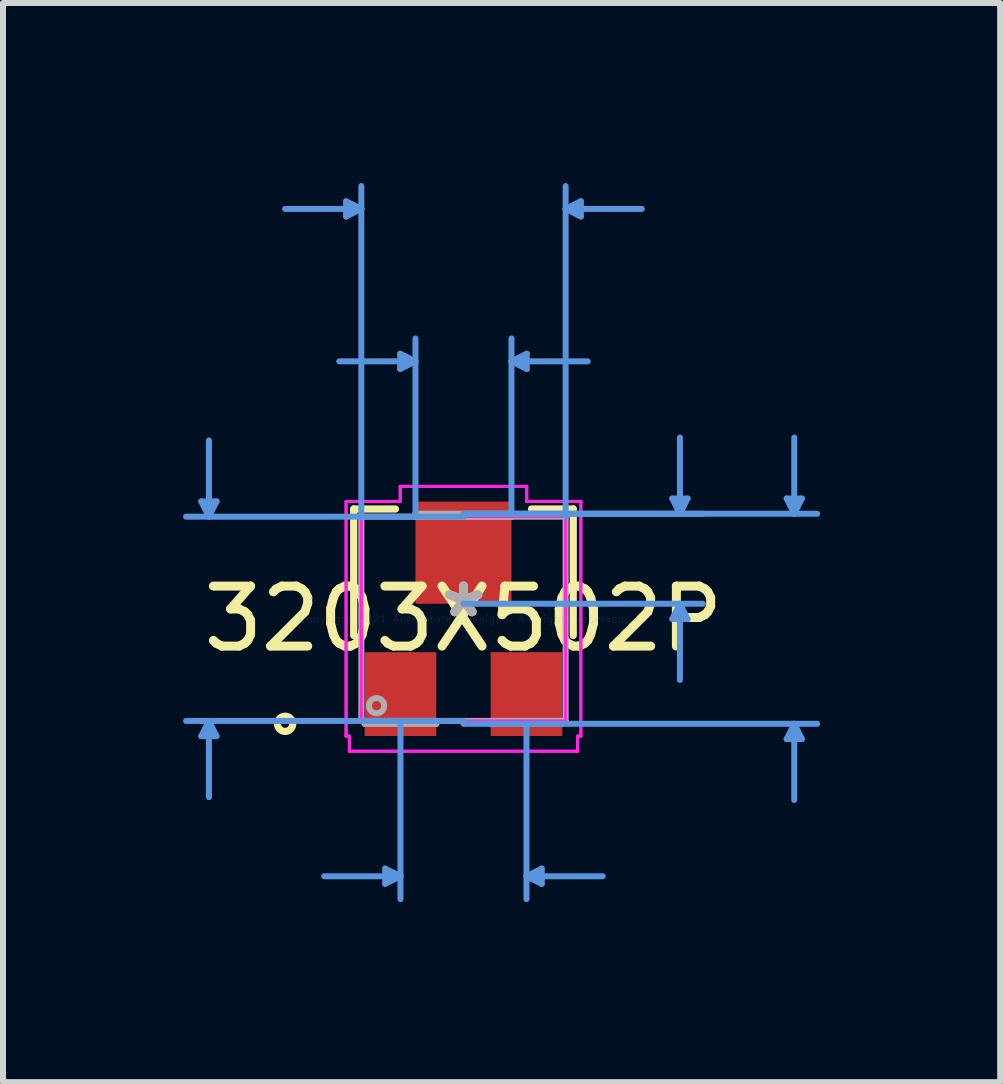
<source format=kicad_pcb>
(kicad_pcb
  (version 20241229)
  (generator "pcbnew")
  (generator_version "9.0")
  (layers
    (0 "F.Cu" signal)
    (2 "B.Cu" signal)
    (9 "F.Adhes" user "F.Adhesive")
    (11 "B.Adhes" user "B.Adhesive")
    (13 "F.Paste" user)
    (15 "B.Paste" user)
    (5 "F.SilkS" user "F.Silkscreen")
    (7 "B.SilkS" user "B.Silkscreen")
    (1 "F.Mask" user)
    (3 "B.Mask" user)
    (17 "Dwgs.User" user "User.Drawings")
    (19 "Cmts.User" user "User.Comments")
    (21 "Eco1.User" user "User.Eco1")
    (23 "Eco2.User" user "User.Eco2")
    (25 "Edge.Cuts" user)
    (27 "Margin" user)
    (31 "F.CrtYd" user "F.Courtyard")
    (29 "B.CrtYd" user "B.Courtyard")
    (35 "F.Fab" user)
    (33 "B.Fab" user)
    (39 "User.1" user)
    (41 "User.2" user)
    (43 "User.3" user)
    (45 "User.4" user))
  (footprint "3203X502P"
    (layer "F.Cu")
    (at 4.673 7.261)
    (property "Reference" "3203X502P" (at 0 0 0) (layer "F.SilkS") (effects (font (size 1 1) (thickness 0.15))))
    (attr through_hole)
    (fp_line (start -1.829 -1.829) (end -1.829 0.278) (stroke (width 0.12) (type solid)) (layer "F.SilkS"))
    (fp_line (start -1.133 -1.829) (end -1.829 -1.829) (stroke (width 0.12) (type solid)) (layer "F.SilkS"))
    (fp_line (start 1.829 -1.829) (end 1.133 -1.829) (stroke (width 0.12) (type solid)) (layer "F.SilkS"))
    (fp_line (start 1.829 0.278) (end 1.829 -1.829) (stroke (width 0.12) (type solid)) (layer "F.SilkS"))
    (fp_circle (center -2.972 1.75) (end -2.845 1.75) (stroke (width 0.12) (type solid)) (fill no) (layer "F.SilkS"))
    (fp_line (start -4.369 -1.956) (end -4.115 -1.956) (stroke (width 0.1) (type solid)) (layer "Cmts.User"))
    (fp_line (start -4.369 1.956) (end -4.115 1.956) (stroke (width 0.1) (type solid)) (layer "Cmts.User"))
    (fp_line (start -4.242 -1.702) (end -4.369 -1.956) (stroke (width 0.1) (type solid)) (layer "Cmts.User"))
    (fp_line (start -4.242 -1.702) (end -4.242 -2.972) (stroke (width 0.1) (type solid)) (layer "Cmts.User"))
    (fp_line (start -4.242 -1.702) (end -4.115 -1.956) (stroke (width 0.1) (type solid)) (layer "Cmts.User"))
    (fp_line (start -4.242 1.702) (end -4.369 1.956) (stroke (width 0.1) (type solid)) (layer "Cmts.User"))
    (fp_line (start -4.242 1.702) (end -4.242 2.972) (stroke (width 0.1) (type solid)) (layer "Cmts.User"))
    (fp_line (start -4.242 1.702) (end -4.115 1.956) (stroke (width 0.1) (type solid)) (layer "Cmts.User"))
    (fp_line (start -1.956 -6.957) (end -1.956 -6.703) (stroke (width 0.1) (type solid)) (layer "Cmts.User"))
    (fp_line (start -1.702 -6.83) (end -2.972 -6.83) (stroke (width 0.1) (type solid)) (layer "Cmts.User"))
    (fp_line (start -1.702 -6.83) (end -1.956 -6.957) (stroke (width 0.1) (type solid)) (layer "Cmts.User"))
    (fp_line (start -1.702 -6.83) (end -1.956 -6.703) (stroke (width 0.1) (type solid)) (layer "Cmts.User"))
    (fp_line (start -1.702 -1.702) (end -1.702 -7.211) (stroke (width 0.1) (type solid)) (layer "Cmts.User"))
    (fp_line (start -1.304 4.163) (end -1.304 4.417) (stroke (width 0.1) (type solid)) (layer "Cmts.User"))
    (fp_line (start -1.054 -4.417) (end -1.054 -4.163) (stroke (width 0.1) (type solid)) (layer "Cmts.User"))
    (fp_line (start -1.05 1.75) (end -1.05 4.671) (stroke (width 0.1) (type solid)) (layer "Cmts.User"))
    (fp_line (start -1.05 4.29) (end -2.32 4.29) (stroke (width 0.1) (type solid)) (layer "Cmts.User"))
    (fp_line (start -1.05 4.29) (end -1.304 4.163) (stroke (width 0.1) (type solid)) (layer "Cmts.User"))
    (fp_line (start -1.05 4.29) (end -1.304 4.417) (stroke (width 0.1) (type solid)) (layer "Cmts.User"))
    (fp_line (start -0.8 -4.29) (end -2.07 -4.29) (stroke (width 0.1) (type solid)) (layer "Cmts.User"))
    (fp_line (start -0.8 -4.29) (end -1.054 -4.417) (stroke (width 0.1) (type solid)) (layer "Cmts.User"))
    (fp_line (start -0.8 -4.29) (end -1.054 -4.163) (stroke (width 0.1) (type solid)) (layer "Cmts.User"))
    (fp_line (start -0.8 -1.75) (end -0.8 -4.671) (stroke (width 0.1) (type solid)) (layer "Cmts.User"))
    (fp_line (start 0 -1.75) (end 3.988 -1.75) (stroke (width 0.1) (type solid)) (layer "Cmts.User"))
    (fp_line (start 0 -1.75) (end 5.893 -1.75) (stroke (width 0.1) (type solid)) (layer "Cmts.User"))
    (fp_line (start 0 -1.702) (end -4.623 -1.702) (stroke (width 0.1) (type solid)) (layer "Cmts.User"))
    (fp_line (start 0 -0.251) (end 3.988 -0.251) (stroke (width 0.1) (type solid)) (layer "Cmts.User"))
    (fp_line (start 0 1.702) (end -4.623 1.702) (stroke (width 0.1) (type solid)) (layer "Cmts.User"))
    (fp_line (start 0 1.75) (end 5.893 1.75) (stroke (width 0.1) (type solid)) (layer "Cmts.User"))
    (fp_line (start 0.8 -4.29) (end 1.054 -4.417) (stroke (width 0.1) (type solid)) (layer "Cmts.User"))
    (fp_line (start 0.8 -4.29) (end 1.054 -4.163) (stroke (width 0.1) (type solid)) (layer "Cmts.User"))
    (fp_line (start 0.8 -4.29) (end 2.07 -4.29) (stroke (width 0.1) (type solid)) (layer "Cmts.User"))
    (fp_line (start 0.8 -1.75) (end 0.8 -4.671) (stroke (width 0.1) (type solid)) (layer "Cmts.User"))
    (fp_line (start 1.05 1.75) (end 1.05 4.671) (stroke (width 0.1) (type solid)) (layer "Cmts.User"))
    (fp_line (start 1.05 4.29) (end 1.304 4.163) (stroke (width 0.1) (type solid)) (layer "Cmts.User"))
    (fp_line (start 1.05 4.29) (end 1.304 4.417) (stroke (width 0.1) (type solid)) (layer "Cmts.User"))
    (fp_line (start 1.05 4.29) (end 2.32 4.29) (stroke (width 0.1) (type solid)) (layer "Cmts.User"))
    (fp_line (start 1.054 -4.417) (end 1.054 -4.163) (stroke (width 0.1) (type solid)) (layer "Cmts.User"))
    (fp_line (start 1.304 4.163) (end 1.304 4.417) (stroke (width 0.1) (type solid)) (layer "Cmts.User"))
    (fp_line (start 1.702 -6.83) (end 1.956 -6.957) (stroke (width 0.1) (type solid)) (layer "Cmts.User"))
    (fp_line (start 1.702 -6.83) (end 1.956 -6.703) (stroke (width 0.1) (type solid)) (layer "Cmts.User"))
    (fp_line (start 1.702 -6.83) (end 2.972 -6.83) (stroke (width 0.1) (type solid)) (layer "Cmts.User"))
    (fp_line (start 1.702 -1.702) (end 1.702 -7.211) (stroke (width 0.1) (type solid)) (layer "Cmts.User"))
    (fp_line (start 1.956 -6.957) (end 1.956 -6.703) (stroke (width 0.1) (type solid)) (layer "Cmts.User"))
    (fp_line (start 3.48 -2.004) (end 3.734 -2.004) (stroke (width 0.1) (type solid)) (layer "Cmts.User"))
    (fp_line (start 3.48 0.003) (end 3.734 0.003) (stroke (width 0.1) (type solid)) (layer "Cmts.User"))
    (fp_line (start 3.607 -1.75) (end 3.48 -2.004) (stroke (width 0.1) (type solid)) (layer "Cmts.User"))
    (fp_line (start 3.607 -1.75) (end 3.607 -3.02) (stroke (width 0.1) (type solid)) (layer "Cmts.User"))
    (fp_line (start 3.607 -1.75) (end 3.734 -2.004) (stroke (width 0.1) (type solid)) (layer "Cmts.User"))
    (fp_line (start 3.607 -0.251) (end 3.48 0.003) (stroke (width 0.1) (type solid)) (layer "Cmts.User"))
    (fp_line (start 3.607 -0.251) (end 3.607 1.019) (stroke (width 0.1) (type solid)) (layer "Cmts.User"))
    (fp_line (start 3.607 -0.251) (end 3.734 0.003) (stroke (width 0.1) (type solid)) (layer "Cmts.User"))
    (fp_line (start 5.385 -2.004) (end 5.639 -2.004) (stroke (width 0.1) (type solid)) (layer "Cmts.User"))
    (fp_line (start 5.385 2.004) (end 5.639 2.004) (stroke (width 0.1) (type solid)) (layer "Cmts.User"))
    (fp_line (start 5.512 -1.75) (end 5.385 -2.004) (stroke (width 0.1) (type solid)) (layer "Cmts.User"))
    (fp_line (start 5.512 -1.75) (end 5.512 -3.02) (stroke (width 0.1) (type solid)) (layer "Cmts.User"))
    (fp_line (start 5.512 -1.75) (end 5.639 -2.004) (stroke (width 0.1) (type solid)) (layer "Cmts.User"))
    (fp_line (start 5.512 1.75) (end 5.385 2.004) (stroke (width 0.1) (type solid)) (layer "Cmts.User"))
    (fp_line (start 5.512 1.75) (end 5.512 3.02) (stroke (width 0.1) (type solid)) (layer "Cmts.User"))
    (fp_line (start 5.512 1.75) (end 5.639 2.004) (stroke (width 0.1) (type solid)) (layer "Cmts.User"))
    (fp_line (start -1.956 -1.956) (end -1.054 -1.956) (stroke (width 0.05) (type solid)) (layer "F.CrtYd"))
    (fp_line (start -1.956 -1.956) (end -1.054 -1.956) (stroke (width 0.05) (type solid)) (layer "F.CrtYd"))
    (fp_line (start -1.956 1.956) (end -1.956 -1.956) (stroke (width 0.05) (type solid)) (layer "F.CrtYd"))
    (fp_line (start -1.956 1.956) (end -1.956 -1.956) (stroke (width 0.05) (type solid)) (layer "F.CrtYd"))
    (fp_line (start -1.956 1.956) (end -1.901 1.956) (stroke (width 0.05) (type solid)) (layer "F.CrtYd"))
    (fp_line (start -1.901 1.956) (end -1.956 1.956) (stroke (width 0.05) (type solid)) (layer "F.CrtYd"))
    (fp_line (start -1.901 1.956) (end -1.901 2.207) (stroke (width 0.05) (type solid)) (layer "F.CrtYd"))
    (fp_line (start -1.901 2.207) (end -1.901 1.956) (stroke (width 0.05) (type solid)) (layer "F.CrtYd"))
    (fp_line (start -1.901 2.207) (end 1.901 2.207) (stroke (width 0.05) (type solid)) (layer "F.CrtYd"))
    (fp_line (start -1.702 -1.702) (end 1.702 -1.702) (stroke (width 0.05) (type solid)) (layer "F.CrtYd"))
    (fp_line (start -1.702 1.702) (end -1.702 -1.702) (stroke (width 0.05) (type solid)) (layer "F.CrtYd"))
    (fp_line (start -1.054 -2.207) (end 1.054 -2.207) (stroke (width 0.05) (type solid)) (layer "F.CrtYd"))
    (fp_line (start -1.054 -2.207) (end 1.054 -2.207) (stroke (width 0.05) (type solid)) (layer "F.CrtYd"))
    (fp_line (start -1.054 -1.956) (end -1.054 -2.207) (stroke (width 0.05) (type solid)) (layer "F.CrtYd"))
    (fp_line (start -1.054 -1.956) (end -1.054 -2.207) (stroke (width 0.05) (type solid)) (layer "F.CrtYd"))
    (fp_line (start 1.054 -2.207) (end 1.054 -1.956) (stroke (width 0.05) (type solid)) (layer "F.CrtYd"))
    (fp_line (start 1.054 -1.956) (end 1.054 -2.207) (stroke (width 0.05) (type solid)) (layer "F.CrtYd"))
    (fp_line (start 1.054 -1.956) (end 1.956 -1.956) (stroke (width 0.05) (type solid)) (layer "F.CrtYd"))
    (fp_line (start 1.702 -1.702) (end 1.702 1.702) (stroke (width 0.05) (type solid)) (layer "F.CrtYd"))
    (fp_line (start 1.702 1.702) (end -1.702 1.702) (stroke (width 0.05) (type solid)) (layer "F.CrtYd"))
    (fp_line (start 1.901 1.956) (end 1.901 2.207) (stroke (width 0.05) (type solid)) (layer "F.CrtYd"))
    (fp_line (start 1.901 1.956) (end 1.901 2.207) (stroke (width 0.05) (type solid)) (layer "F.CrtYd"))
    (fp_line (start 1.901 2.207) (end -1.901 2.207) (stroke (width 0.05) (type solid)) (layer "F.CrtYd"))
    (fp_line (start 1.956 -1.956) (end 1.054 -1.956) (stroke (width 0.05) (type solid)) (layer "F.CrtYd"))
    (fp_line (start 1.956 -1.956) (end 1.956 1.956) (stroke (width 0.05) (type solid)) (layer "F.CrtYd"))
    (fp_line (start 1.956 -1.956) (end 1.956 1.956) (stroke (width 0.05) (type solid)) (layer "F.CrtYd"))
    (fp_line (start 1.956 1.956) (end 1.901 1.956) (stroke (width 0.05) (type solid)) (layer "F.CrtYd"))
    (fp_line (start 1.956 1.956) (end 1.901 1.956) (stroke (width 0.05) (type solid)) (layer "F.CrtYd"))
    (fp_line (start -1.702 -1.702) (end -1.702 1.702) (stroke (width 0.1) (type solid)) (layer "F.Fab"))
    (fp_line (start -1.702 1.702) (end 1.702 1.702) (stroke (width 0.1) (type solid)) (layer "F.Fab"))
    (fp_line (start -1.647 1.702) (end -1.647 1.75) (stroke (width 0.1) (type solid)) (layer "F.Fab"))
    (fp_line (start -1.647 1.75) (end -0.453 1.75) (stroke (width 0.1) (type solid)) (layer "F.Fab"))
    (fp_line (start -0.8 -1.75) (end -0.8 -1.702) (stroke (width 0.1) (type solid)) (layer "F.Fab"))
    (fp_line (start -0.8 -1.702) (end 0.8 -1.702) (stroke (width 0.1) (type solid)) (layer "F.Fab"))
    (fp_line (start -0.453 1.702) (end -1.647 1.702) (stroke (width 0.1) (type solid)) (layer "F.Fab"))
    (fp_line (start -0.453 1.75) (end -0.453 1.702) (stroke (width 0.1) (type solid)) (layer "F.Fab"))
    (fp_line (start 0.453 1.702) (end 0.453 1.75) (stroke (width 0.1) (type solid)) (layer "F.Fab"))
    (fp_line (start 0.453 1.75) (end 1.647 1.75) (stroke (width 0.1) (type solid)) (layer "F.Fab"))
    (fp_line (start 0.8 -1.75) (end -0.8 -1.75) (stroke (width 0.1) (type solid)) (layer "F.Fab"))
    (fp_line (start 0.8 -1.702) (end 0.8 -1.75) (stroke (width 0.1) (type solid)) (layer "F.Fab"))
    (fp_line (start 1.647 1.702) (end 0.453 1.702) (stroke (width 0.1) (type solid)) (layer "F.Fab"))
    (fp_line (start 1.647 1.75) (end 1.647 1.702) (stroke (width 0.1) (type solid)) (layer "F.Fab"))
    (fp_line (start 1.702 -1.702) (end -1.702 -1.702) (stroke (width 0.1) (type solid)) (layer "F.Fab"))
    (fp_line (start 1.702 1.702) (end 1.702 -1.702) (stroke (width 0.1) (type solid)) (layer "F.Fab"))
    (fp_circle (center -1.448 1.448) (end -1.321 1.448) (stroke (width 0.1) (type solid)) (fill no) (layer "F.Fab"))
    (fp_text user "*" (at 0 0 0) (layer "F.SilkS") (effects (font (size 1 1) (thickness 0.15))))
    (fp_text user "Copyright 2021 Accelerated Designs. All rights reserved." (at 0 0 0) (layer "Cmts.User") (effects (font (size 0.127 0.127) (thickness 0.002))))
    (fp_text user "*" (at 0 0 0) (layer "F.Fab") (effects (font (size 1 1) (thickness 0.15))))
    (pad "1" smd rect (at -1.05 1.255) (size 1.194 1.397) (layers "F.Cu" "F.Mask" "F.Paste"))
    (pad "2" smd rect (at 1.05 1.255) (size 1.194 1.397) (layers "F.Cu" "F.Mask" "F.Paste"))
    (pad "3" smd rect (at 0 -1.102) (size 1.6 1.702) (layers "F.Cu" "F.Mask" "F.Paste")))
  (gr_rect
    (start -3 -3)
    (end 13.616 14.982)
    (stroke (width 0.1) (type default))
    (fill no)
    (layer "Edge.Cuts")))
</source>
